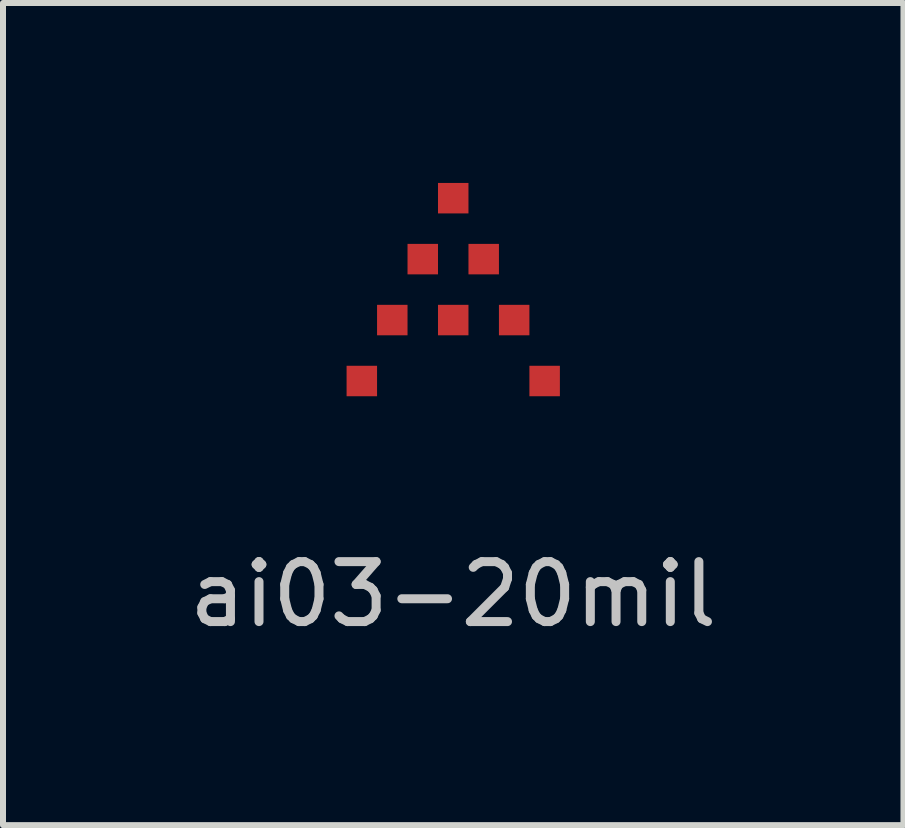
<source format=kicad_pcb>
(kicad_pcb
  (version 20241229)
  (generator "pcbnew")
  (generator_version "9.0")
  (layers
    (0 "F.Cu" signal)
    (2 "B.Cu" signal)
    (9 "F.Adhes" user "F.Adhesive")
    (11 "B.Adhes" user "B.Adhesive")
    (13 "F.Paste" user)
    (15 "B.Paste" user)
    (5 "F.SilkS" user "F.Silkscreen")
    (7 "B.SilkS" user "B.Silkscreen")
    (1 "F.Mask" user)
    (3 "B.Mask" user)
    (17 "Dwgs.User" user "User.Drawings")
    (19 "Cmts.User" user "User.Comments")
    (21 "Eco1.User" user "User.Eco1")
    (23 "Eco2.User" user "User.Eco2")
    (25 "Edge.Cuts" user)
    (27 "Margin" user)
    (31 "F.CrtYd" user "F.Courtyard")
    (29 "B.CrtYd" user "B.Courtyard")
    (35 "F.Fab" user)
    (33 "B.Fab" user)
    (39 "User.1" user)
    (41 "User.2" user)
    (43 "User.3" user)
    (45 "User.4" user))
  (footprint "ai03-20mil"
    (layer "F.Cu")
    (at 4.506 1.778)
    (property "Reference" "ai03-20mil" (at 0 5.08 0) (layer "Dwgs.User") (effects (font (size 1 1) (thickness 0.15))))
    (attr through_hole)
    (pad "4" smd rect (at -0.508 -0.508) (size 0.508 0.508) (layers "F.Cu" "F.Mask" "F.Paste"))
    (pad "5" smd rect (at -1.016 0.508) (size 0.508 0.508) (layers "F.Cu" "F.Mask" "F.Paste"))
    (pad "6" smd rect (at 0 0.508) (size 0.508 0.508) (layers "F.Cu" "F.Mask" "F.Paste"))
    (pad "7" smd rect (at 1.016 0.508) (size 0.508 0.508) (layers "F.Cu" "F.Mask" "F.Paste"))
    (pad "8" smd rect (at 0.508 -0.508) (size 0.508 0.508) (layers "F.Cu" "F.Mask" "F.Paste"))
    (pad "9" smd rect (at 0 -1.524) (size 0.508 0.508) (layers "F.Cu" "F.Mask" "F.Paste"))
    (pad "10" smd rect (at -1.524 1.524) (size 0.508 0.508) (layers "F.Cu" "F.Mask" "F.Paste"))
    (pad "11" smd rect (at 1.524 1.524) (size 0.508 0.508) (layers "F.Cu" "F.Mask" "F.Paste")))
  (gr_rect
    (start -3 -3)
    (end 12.012 10.706)
    (stroke (width 0.1) (type default))
    (fill no)
    (layer "Edge.Cuts")))
</source>
